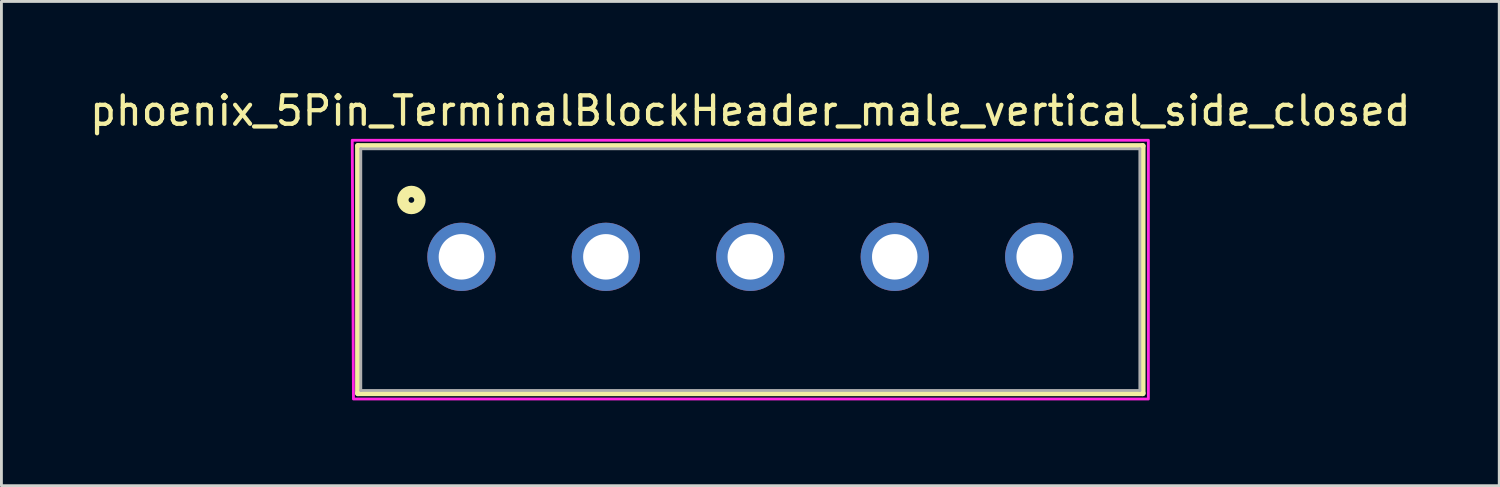
<source format=kicad_pcb>
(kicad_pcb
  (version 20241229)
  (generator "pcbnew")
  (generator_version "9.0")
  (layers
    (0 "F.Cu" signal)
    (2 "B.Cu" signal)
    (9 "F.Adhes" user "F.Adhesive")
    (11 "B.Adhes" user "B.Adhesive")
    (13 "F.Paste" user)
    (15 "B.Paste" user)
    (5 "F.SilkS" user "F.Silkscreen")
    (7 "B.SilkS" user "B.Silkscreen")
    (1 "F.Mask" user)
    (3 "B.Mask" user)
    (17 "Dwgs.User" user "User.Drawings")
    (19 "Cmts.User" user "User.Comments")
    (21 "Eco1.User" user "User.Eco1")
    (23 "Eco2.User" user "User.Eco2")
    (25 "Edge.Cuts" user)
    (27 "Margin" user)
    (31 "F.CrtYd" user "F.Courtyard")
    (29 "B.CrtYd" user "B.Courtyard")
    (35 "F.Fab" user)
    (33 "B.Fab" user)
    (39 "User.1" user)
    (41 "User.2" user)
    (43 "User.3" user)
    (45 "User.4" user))
  (footprint "phoenix_5Pin_TerminalBlockHeader_male_vertical_side_closed"
    (layer "F.Cu")
    (at 23.339 5.983)
    (property "Reference" "phoenix_5Pin_TerminalBlockHeader_male_vertical_side_closed" (at 0 -5.135 0) (layer "F.SilkS") (effects (font (size 1 1) (thickness 0.15))))
    (attr through_hole)
    (fp_line (start -13.8 -3.9) (end 13.8 -3.9) (stroke (width 0.2) (type solid)) (layer "F.SilkS"))
    (fp_line (start -13.8 4.8) (end -13.8 -3.9) (stroke (width 0.2) (type solid)) (layer "F.SilkS"))
    (fp_line (start 13.8 -3.9) (end 13.8 4.8) (stroke (width 0.2) (type solid)) (layer "F.SilkS"))
    (fp_line (start 13.8 4.8) (end -13.8 4.8) (stroke (width 0.2) (type solid)) (layer "F.SilkS"))
    (fp_circle (center -11.92 -2) (end -11.82 -2) (stroke (width 0.4) (type solid)) (fill no) (layer "F.SilkS"))
    (fp_poly (pts (xy -14 -4.1) (xy 14 -4.1) (xy 14 5) (xy -13.958 5)) (stroke (width 0.1) (type solid)) (fill no) (layer "F.CrtYd"))
    (fp_line (start -13.7 -3.8) (end -13.7 4.7) (stroke (width 0.1) (type solid)) (layer "F.Fab"))
    (fp_line (start -13.7 4.7) (end 13.7 4.7) (stroke (width 0.1) (type solid)) (layer "F.Fab"))
    (fp_line (start 13.7 -3.8) (end -13.7 -3.8) (stroke (width 0.1) (type solid)) (layer "F.Fab"))
    (fp_line (start 13.7 4.7) (end 13.7 -3.8) (stroke (width 0.1) (type solid)) (layer "F.Fab"))
    (pad "1" thru_hole circle (at -10.16 0) (size 2.4 2.4) (drill 1.6) (layers "*.Cu" "*.Mask"))
    (pad "2" thru_hole circle (at -5.08 0) (size 2.4 2.4) (drill 1.6) (layers "*.Cu" "*.Mask"))
    (pad "3" thru_hole circle (at 0 0) (size 2.4 2.4) (drill 1.6) (layers "*.Cu" "*.Mask"))
    (pad "4" thru_hole circle (at 5.08 0) (size 2.4 2.4) (drill 1.6) (layers "*.Cu" "*.Mask"))
    (pad "5" thru_hole circle (at 10.16 0) (size 2.4 2.4) (drill 1.6) (layers "*.Cu" "*.Mask")))
  (gr_rect
    (start -3 -3)
    (end 49.679 14.033)
    (stroke (width 0.1) (type default))
    (fill no)
    (layer "Edge.Cuts")))
</source>
